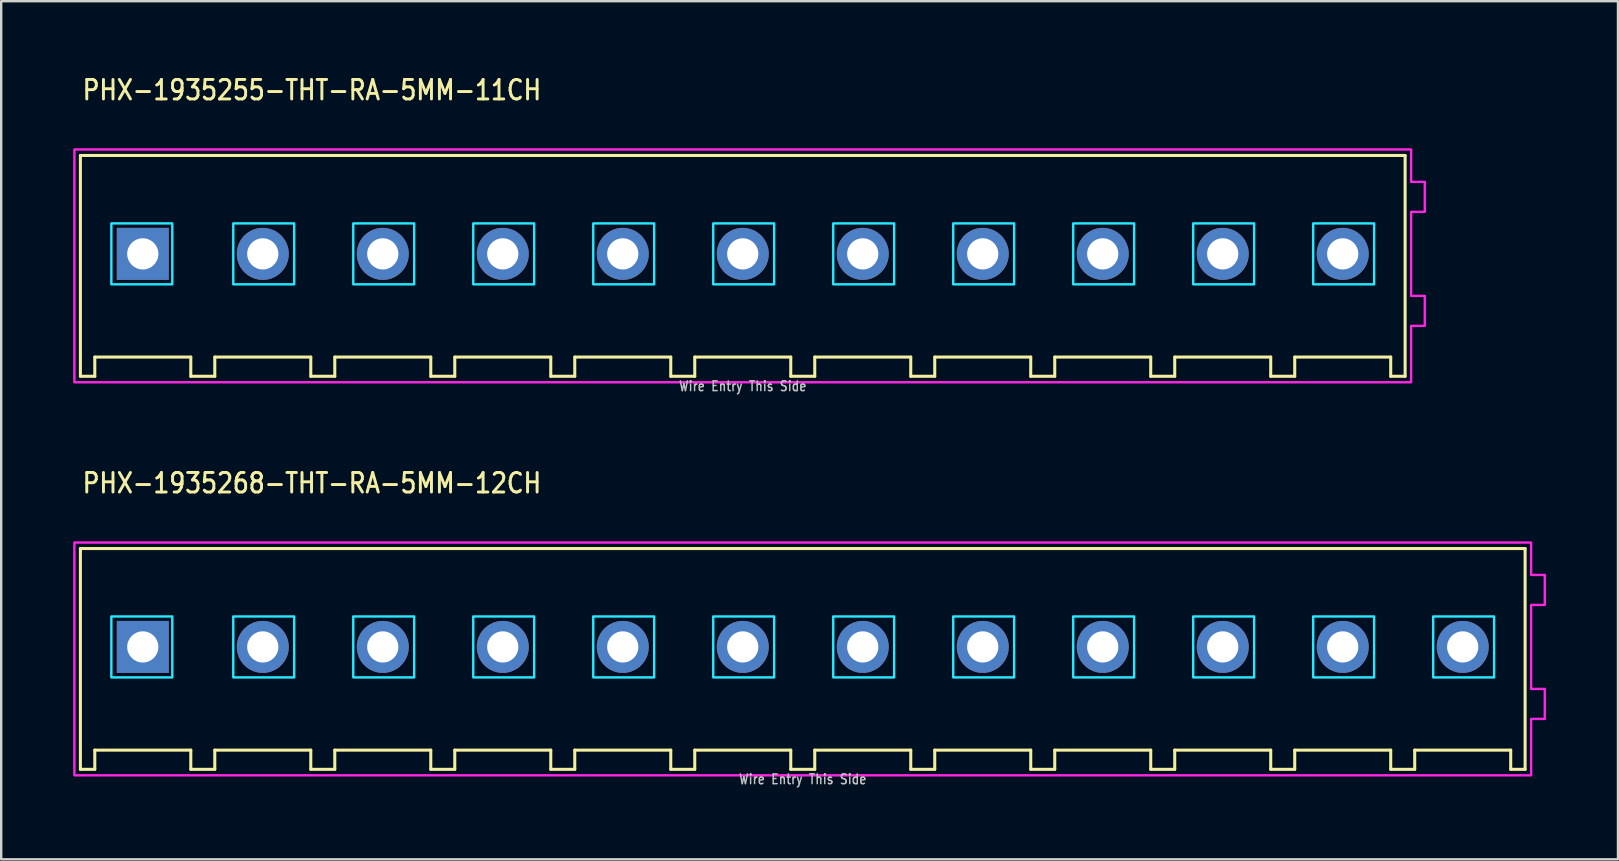
<source format=kicad_pcb>
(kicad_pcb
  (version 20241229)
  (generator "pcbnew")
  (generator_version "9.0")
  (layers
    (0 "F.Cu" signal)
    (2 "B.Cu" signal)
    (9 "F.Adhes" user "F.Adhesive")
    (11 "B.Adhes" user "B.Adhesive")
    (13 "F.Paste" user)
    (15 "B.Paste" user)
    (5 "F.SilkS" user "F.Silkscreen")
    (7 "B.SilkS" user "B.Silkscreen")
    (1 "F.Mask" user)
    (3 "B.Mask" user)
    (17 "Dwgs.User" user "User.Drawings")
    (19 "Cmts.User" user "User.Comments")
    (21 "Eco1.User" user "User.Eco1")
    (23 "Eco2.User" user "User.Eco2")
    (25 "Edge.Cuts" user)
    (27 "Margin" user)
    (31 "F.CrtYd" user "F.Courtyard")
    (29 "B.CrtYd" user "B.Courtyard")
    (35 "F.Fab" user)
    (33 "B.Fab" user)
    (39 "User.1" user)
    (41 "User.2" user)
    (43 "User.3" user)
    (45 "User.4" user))
  (footprint "PHX-1935255-THT-RA-5MM-11CH"
    (layer "F.Cu")
    (at 27.9 7.529)
    (property "Reference" "PHX-1935255-THT-RA-5MM-11CH" (at -27.58 -6.35 0) (unlocked yes) (layer "F.SilkS") (effects (font (size 0.813 0.695) (thickness 0.122)) (justify left bottom)))
    (fp_line (start -27.6 -4.1) (end -27.6 5.1) (stroke (width 0.127) (type solid)) (layer "F.SilkS"))
    (fp_line (start -27.6 5.1) (end -27 5.1) (stroke (width 0.127) (type solid)) (layer "F.SilkS"))
    (fp_line (start -27 4.3) (end -23 4.3) (stroke (width 0.127) (type solid)) (layer "F.SilkS"))
    (fp_line (start -27 5.1) (end -27 4.3) (stroke (width 0.127) (type solid)) (layer "F.SilkS"))
    (fp_line (start -23 4.3) (end -23 5.1) (stroke (width 0.127) (type solid)) (layer "F.SilkS"))
    (fp_line (start -23 5.1) (end -22 5.1) (stroke (width 0.127) (type solid)) (layer "F.SilkS"))
    (fp_line (start -22 4.3) (end -18 4.3) (stroke (width 0.127) (type solid)) (layer "F.SilkS"))
    (fp_line (start -22 5.1) (end -22 4.3) (stroke (width 0.127) (type solid)) (layer "F.SilkS"))
    (fp_line (start -18 4.3) (end -18 5.1) (stroke (width 0.127) (type solid)) (layer "F.SilkS"))
    (fp_line (start -18 5.1) (end -17 5.1) (stroke (width 0.127) (type solid)) (layer "F.SilkS"))
    (fp_line (start -17 4.3) (end -13 4.3) (stroke (width 0.127) (type solid)) (layer "F.SilkS"))
    (fp_line (start -17 5.1) (end -17 4.3) (stroke (width 0.127) (type solid)) (layer "F.SilkS"))
    (fp_line (start -13 4.3) (end -13 5.1) (stroke (width 0.127) (type solid)) (layer "F.SilkS"))
    (fp_line (start -13 5.1) (end -12 5.1) (stroke (width 0.127) (type solid)) (layer "F.SilkS"))
    (fp_line (start -12 4.3) (end -8 4.3) (stroke (width 0.127) (type solid)) (layer "F.SilkS"))
    (fp_line (start -12 5.1) (end -12 4.3) (stroke (width 0.127) (type solid)) (layer "F.SilkS"))
    (fp_line (start -8 4.3) (end -8 5.1) (stroke (width 0.127) (type solid)) (layer "F.SilkS"))
    (fp_line (start -8 5.1) (end -7 5.1) (stroke (width 0.127) (type solid)) (layer "F.SilkS"))
    (fp_line (start -7 4.3) (end -3 4.3) (stroke (width 0.127) (type solid)) (layer "F.SilkS"))
    (fp_line (start -7 5.1) (end -7 4.3) (stroke (width 0.127) (type solid)) (layer "F.SilkS"))
    (fp_line (start -3 4.3) (end -3 5.1) (stroke (width 0.127) (type solid)) (layer "F.SilkS"))
    (fp_line (start -3 5.1) (end -2 5.1) (stroke (width 0.127) (type solid)) (layer "F.SilkS"))
    (fp_line (start -2 4.3) (end 2 4.3) (stroke (width 0.127) (type solid)) (layer "F.SilkS"))
    (fp_line (start -2 5.1) (end -2 4.3) (stroke (width 0.127) (type solid)) (layer "F.SilkS"))
    (fp_line (start 2 4.3) (end 2 5.1) (stroke (width 0.127) (type solid)) (layer "F.SilkS"))
    (fp_line (start 2 5.1) (end 3 5.1) (stroke (width 0.127) (type solid)) (layer "F.SilkS"))
    (fp_line (start 3 4.3) (end 7 4.3) (stroke (width 0.127) (type solid)) (layer "F.SilkS"))
    (fp_line (start 3 5.1) (end 3 4.3) (stroke (width 0.127) (type solid)) (layer "F.SilkS"))
    (fp_line (start 7 4.3) (end 7 5.1) (stroke (width 0.127) (type solid)) (layer "F.SilkS"))
    (fp_line (start 7 5.1) (end 8 5.1) (stroke (width 0.127) (type solid)) (layer "F.SilkS"))
    (fp_line (start 8 4.3) (end 12 4.3) (stroke (width 0.127) (type solid)) (layer "F.SilkS"))
    (fp_line (start 8 5.1) (end 8 4.3) (stroke (width 0.127) (type solid)) (layer "F.SilkS"))
    (fp_line (start 12 4.3) (end 12 5.1) (stroke (width 0.127) (type solid)) (layer "F.SilkS"))
    (fp_line (start 12 5.1) (end 13 5.1) (stroke (width 0.127) (type solid)) (layer "F.SilkS"))
    (fp_line (start 13 4.3) (end 17 4.3) (stroke (width 0.127) (type solid)) (layer "F.SilkS"))
    (fp_line (start 13 5.1) (end 13 4.3) (stroke (width 0.127) (type solid)) (layer "F.SilkS"))
    (fp_line (start 17 4.3) (end 17 5.1) (stroke (width 0.127) (type solid)) (layer "F.SilkS"))
    (fp_line (start 17 5.1) (end 18 5.1) (stroke (width 0.127) (type solid)) (layer "F.SilkS"))
    (fp_line (start 18 4.3) (end 22 4.3) (stroke (width 0.127) (type solid)) (layer "F.SilkS"))
    (fp_line (start 18 5.1) (end 18 4.3) (stroke (width 0.127) (type solid)) (layer "F.SilkS"))
    (fp_line (start 22 4.3) (end 22 5.1) (stroke (width 0.127) (type solid)) (layer "F.SilkS"))
    (fp_line (start 22 5.1) (end 23 5.1) (stroke (width 0.127) (type solid)) (layer "F.SilkS"))
    (fp_line (start 23 4.3) (end 27 4.3) (stroke (width 0.127) (type solid)) (layer "F.SilkS"))
    (fp_line (start 23 5.1) (end 23 4.3) (stroke (width 0.127) (type solid)) (layer "F.SilkS"))
    (fp_line (start 27 4.3) (end 27 5.1) (stroke (width 0.127) (type solid)) (layer "F.SilkS"))
    (fp_line (start 27 5.1) (end 27.6 5.1) (stroke (width 0.127) (type solid)) (layer "F.SilkS"))
    (fp_line (start 27.6 -4.1) (end -27.6 -4.1) (stroke (width 0.127) (type solid)) (layer "F.SilkS"))
    (fp_line (start 27.6 5.1) (end 27.6 -4.1) (stroke (width 0.127) (type solid)) (layer "F.SilkS"))
    (fp_poly (pts (xy -26.31 -1.27) (xy -23.77 -1.27) (xy -23.77 1.27) (xy -26.31 1.27)) (stroke (width 0.1) (type solid)) (fill no) (layer "B.CrtYd"))
    (fp_poly (pts (xy -21.23 -1.27) (xy -18.69 -1.27) (xy -18.69 1.27) (xy -21.23 1.27)) (stroke (width 0.1) (type solid)) (fill no) (layer "B.CrtYd"))
    (fp_poly (pts (xy -16.23 -1.27) (xy -13.69 -1.27) (xy -13.69 1.27) (xy -16.23 1.27)) (stroke (width 0.1) (type solid)) (fill no) (layer "B.CrtYd"))
    (fp_poly (pts (xy -11.23 -1.27) (xy -8.69 -1.27) (xy -8.69 1.27) (xy -11.23 1.27)) (stroke (width 0.1) (type solid)) (fill no) (layer "B.CrtYd"))
    (fp_poly (pts (xy -6.23 -1.27) (xy -3.69 -1.27) (xy -3.69 1.27) (xy -6.23 1.27)) (stroke (width 0.1) (type solid)) (fill no) (layer "B.CrtYd"))
    (fp_poly (pts (xy -1.23 -1.27) (xy 1.31 -1.27) (xy 1.31 1.27) (xy -1.23 1.27)) (stroke (width 0.1) (type solid)) (fill no) (layer "B.CrtYd"))
    (fp_poly (pts (xy 3.77 -1.27) (xy 6.31 -1.27) (xy 6.31 1.27) (xy 3.77 1.27)) (stroke (width 0.1) (type solid)) (fill no) (layer "B.CrtYd"))
    (fp_poly (pts (xy 8.77 -1.27) (xy 11.31 -1.27) (xy 11.31 1.27) (xy 8.77 1.27)) (stroke (width 0.1) (type solid)) (fill no) (layer "B.CrtYd"))
    (fp_poly (pts (xy 13.77 -1.27) (xy 16.31 -1.27) (xy 16.31 1.27) (xy 13.77 1.27)) (stroke (width 0.1) (type solid)) (fill no) (layer "B.CrtYd"))
    (fp_poly (pts (xy 18.77 -1.27) (xy 21.31 -1.27) (xy 21.31 1.27) (xy 18.77 1.27)) (stroke (width 0.1) (type solid)) (fill no) (layer "B.CrtYd"))
    (fp_poly (pts (xy 23.77 -1.27) (xy 26.31 -1.27) (xy 26.31 1.27) (xy 23.77 1.27)) (stroke (width 0.1) (type solid)) (fill no) (layer "B.CrtYd"))
    (fp_poly (pts (xy -27.85 -4.35) (xy -27.85 5.35) (xy 27.85 5.35) (xy 27.85 3) (xy 28.42 3) (xy 28.42 1.75) (xy 27.85 1.75) (xy 27.85 -1.75) (xy 28.42 -1.75) (xy 28.42 -3) (xy 27.85 -3) (xy 27.85 -4.35)) (stroke (width 0.1) (type solid)) (fill no) (layer "F.CrtYd"))
    (fp_text user "Wire Entry This Side" (at 0 5.75 0) (unlocked yes) (layer "Dwgs.User") (effects (font (size 0.406 0.347) (thickness 0.061)) (justify bottom)))
    (pad "1" thru_hole rect (at -25 0) (size 2.167 2.167) (drill 1.3) (layers "*.Cu" "*.Mask"))
    (pad "2" thru_hole oval (at -20 0) (size 2.167 2.167) (drill 1.3) (layers "*.Cu" "*.Mask"))
    (pad "3" thru_hole oval (at -15 0) (size 2.167 2.167) (drill 1.3) (layers "*.Cu" "*.Mask"))
    (pad "4" thru_hole oval (at -10 0) (size 2.167 2.167) (drill 1.3) (layers "*.Cu" "*.Mask"))
    (pad "5" thru_hole oval (at -5 0) (size 2.167 2.167) (drill 1.3) (layers "*.Cu" "*.Mask"))
    (pad "6" thru_hole oval (at 0 0) (size 2.167 2.167) (drill 1.3) (layers "*.Cu" "*.Mask"))
    (pad "7" thru_hole oval (at 5 0) (size 2.167 2.167) (drill 1.3) (layers "*.Cu" "*.Mask"))
    (pad "8" thru_hole oval (at 10 0) (size 2.167 2.167) (drill 1.3) (layers "*.Cu" "*.Mask"))
    (pad "9" thru_hole oval (at 15 0) (size 2.167 2.167) (drill 1.3) (layers "*.Cu" "*.Mask"))
    (pad "10" thru_hole oval (at 20 0) (size 2.167 2.167) (drill 1.3) (layers "*.Cu" "*.Mask"))
    (pad "11" thru_hole oval (at 25 0) (size 2.167 2.167) (drill 1.3) (layers "*.Cu" "*.Mask")))
  (footprint "PHX-1935268-THT-RA-5MM-12CH"
    (layer "F.Cu")
    (at 30.4 23.907)
    (property "Reference" "PHX-1935268-THT-RA-5MM-12CH" (at -30.08 -6.35 0) (unlocked yes) (layer "F.SilkS") (effects (font (size 0.813 0.695) (thickness 0.122)) (justify left bottom)))
    (fp_line (start -30.1 -4.1) (end -30.1 5.1) (stroke (width 0.127) (type solid)) (layer "F.SilkS"))
    (fp_line (start -30.1 5.1) (end -29.5 5.1) (stroke (width 0.127) (type solid)) (layer "F.SilkS"))
    (fp_line (start -29.5 4.3) (end -25.5 4.3) (stroke (width 0.127) (type solid)) (layer "F.SilkS"))
    (fp_line (start -29.5 5.1) (end -29.5 4.3) (stroke (width 0.127) (type solid)) (layer "F.SilkS"))
    (fp_line (start -25.5 4.3) (end -25.5 5.1) (stroke (width 0.127) (type solid)) (layer "F.SilkS"))
    (fp_line (start -25.5 5.1) (end -24.5 5.1) (stroke (width 0.127) (type solid)) (layer "F.SilkS"))
    (fp_line (start -24.5 4.3) (end -20.5 4.3) (stroke (width 0.127) (type solid)) (layer "F.SilkS"))
    (fp_line (start -24.5 5.1) (end -24.5 4.3) (stroke (width 0.127) (type solid)) (layer "F.SilkS"))
    (fp_line (start -20.5 4.3) (end -20.5 5.1) (stroke (width 0.127) (type solid)) (layer "F.SilkS"))
    (fp_line (start -20.5 5.1) (end -19.5 5.1) (stroke (width 0.127) (type solid)) (layer "F.SilkS"))
    (fp_line (start -19.5 4.3) (end -15.5 4.3) (stroke (width 0.127) (type solid)) (layer "F.SilkS"))
    (fp_line (start -19.5 5.1) (end -19.5 4.3) (stroke (width 0.127) (type solid)) (layer "F.SilkS"))
    (fp_line (start -15.5 4.3) (end -15.5 5.1) (stroke (width 0.127) (type solid)) (layer "F.SilkS"))
    (fp_line (start -15.5 5.1) (end -14.5 5.1) (stroke (width 0.127) (type solid)) (layer "F.SilkS"))
    (fp_line (start -14.5 4.3) (end -10.5 4.3) (stroke (width 0.127) (type solid)) (layer "F.SilkS"))
    (fp_line (start -14.5 5.1) (end -14.5 4.3) (stroke (width 0.127) (type solid)) (layer "F.SilkS"))
    (fp_line (start -10.5 4.3) (end -10.5 5.1) (stroke (width 0.127) (type solid)) (layer "F.SilkS"))
    (fp_line (start -10.5 5.1) (end -9.5 5.1) (stroke (width 0.127) (type solid)) (layer "F.SilkS"))
    (fp_line (start -9.5 4.3) (end -5.5 4.3) (stroke (width 0.127) (type solid)) (layer "F.SilkS"))
    (fp_line (start -9.5 5.1) (end -9.5 4.3) (stroke (width 0.127) (type solid)) (layer "F.SilkS"))
    (fp_line (start -5.5 4.3) (end -5.5 5.1) (stroke (width 0.127) (type solid)) (layer "F.SilkS"))
    (fp_line (start -5.5 5.1) (end -4.5 5.1) (stroke (width 0.127) (type solid)) (layer "F.SilkS"))
    (fp_line (start -4.5 4.3) (end -0.5 4.3) (stroke (width 0.127) (type solid)) (layer "F.SilkS"))
    (fp_line (start -4.5 5.1) (end -4.5 4.3) (stroke (width 0.127) (type solid)) (layer "F.SilkS"))
    (fp_line (start -0.5 4.3) (end -0.5 5.1) (stroke (width 0.127) (type solid)) (layer "F.SilkS"))
    (fp_line (start -0.5 5.1) (end 0.5 5.1) (stroke (width 0.127) (type solid)) (layer "F.SilkS"))
    (fp_line (start 0.5 4.3) (end 4.5 4.3) (stroke (width 0.127) (type solid)) (layer "F.SilkS"))
    (fp_line (start 0.5 5.1) (end 0.5 4.3) (stroke (width 0.127) (type solid)) (layer "F.SilkS"))
    (fp_line (start 4.5 4.3) (end 4.5 5.1) (stroke (width 0.127) (type solid)) (layer "F.SilkS"))
    (fp_line (start 4.5 5.1) (end 5.5 5.1) (stroke (width 0.127) (type solid)) (layer "F.SilkS"))
    (fp_line (start 5.5 4.3) (end 9.5 4.3) (stroke (width 0.127) (type solid)) (layer "F.SilkS"))
    (fp_line (start 5.5 5.1) (end 5.5 4.3) (stroke (width 0.127) (type solid)) (layer "F.SilkS"))
    (fp_line (start 9.5 4.3) (end 9.5 5.1) (stroke (width 0.127) (type solid)) (layer "F.SilkS"))
    (fp_line (start 9.5 5.1) (end 10.5 5.1) (stroke (width 0.127) (type solid)) (layer "F.SilkS"))
    (fp_line (start 10.5 4.3) (end 14.5 4.3) (stroke (width 0.127) (type solid)) (layer "F.SilkS"))
    (fp_line (start 10.5 5.1) (end 10.5 4.3) (stroke (width 0.127) (type solid)) (layer "F.SilkS"))
    (fp_line (start 14.5 4.3) (end 14.5 5.1) (stroke (width 0.127) (type solid)) (layer "F.SilkS"))
    (fp_line (start 14.5 5.1) (end 15.5 5.1) (stroke (width 0.127) (type solid)) (layer "F.SilkS"))
    (fp_line (start 15.5 4.3) (end 19.5 4.3) (stroke (width 0.127) (type solid)) (layer "F.SilkS"))
    (fp_line (start 15.5 5.1) (end 15.5 4.3) (stroke (width 0.127) (type solid)) (layer "F.SilkS"))
    (fp_line (start 19.5 4.3) (end 19.5 5.1) (stroke (width 0.127) (type solid)) (layer "F.SilkS"))
    (fp_line (start 19.5 5.1) (end 20.5 5.1) (stroke (width 0.127) (type solid)) (layer "F.SilkS"))
    (fp_line (start 20.5 4.3) (end 24.5 4.3) (stroke (width 0.127) (type solid)) (layer "F.SilkS"))
    (fp_line (start 20.5 5.1) (end 20.5 4.3) (stroke (width 0.127) (type solid)) (layer "F.SilkS"))
    (fp_line (start 24.5 4.3) (end 24.5 5.1) (stroke (width 0.127) (type solid)) (layer "F.SilkS"))
    (fp_line (start 24.5 5.1) (end 25.5 5.1) (stroke (width 0.127) (type solid)) (layer "F.SilkS"))
    (fp_line (start 25.5 4.3) (end 29.5 4.3) (stroke (width 0.127) (type solid)) (layer "F.SilkS"))
    (fp_line (start 25.5 5.1) (end 25.5 4.3) (stroke (width 0.127) (type solid)) (layer "F.SilkS"))
    (fp_line (start 29.5 4.3) (end 29.5 5.1) (stroke (width 0.127) (type solid)) (layer "F.SilkS"))
    (fp_line (start 29.5 5.1) (end 30.1 5.1) (stroke (width 0.127) (type solid)) (layer "F.SilkS"))
    (fp_line (start 30.1 -4.1) (end -30.1 -4.1) (stroke (width 0.127) (type solid)) (layer "F.SilkS"))
    (fp_line (start 30.1 5.1) (end 30.1 -4.1) (stroke (width 0.127) (type solid)) (layer "F.SilkS"))
    (fp_poly (pts (xy -28.81 -1.27) (xy -26.27 -1.27) (xy -26.27 1.27) (xy -28.81 1.27)) (stroke (width 0.1) (type solid)) (fill no) (layer "B.CrtYd"))
    (fp_poly (pts (xy -23.73 -1.27) (xy -21.19 -1.27) (xy -21.19 1.27) (xy -23.73 1.27)) (stroke (width 0.1) (type solid)) (fill no) (layer "B.CrtYd"))
    (fp_poly (pts (xy -18.73 -1.27) (xy -16.19 -1.27) (xy -16.19 1.27) (xy -18.73 1.27)) (stroke (width 0.1) (type solid)) (fill no) (layer "B.CrtYd"))
    (fp_poly (pts (xy -13.73 -1.27) (xy -11.19 -1.27) (xy -11.19 1.27) (xy -13.73 1.27)) (stroke (width 0.1) (type solid)) (fill no) (layer "B.CrtYd"))
    (fp_poly (pts (xy -8.73 -1.27) (xy -6.19 -1.27) (xy -6.19 1.27) (xy -8.73 1.27)) (stroke (width 0.1) (type solid)) (fill no) (layer "B.CrtYd"))
    (fp_poly (pts (xy -3.73 -1.27) (xy -1.19 -1.27) (xy -1.19 1.27) (xy -3.73 1.27)) (stroke (width 0.1) (type solid)) (fill no) (layer "B.CrtYd"))
    (fp_poly (pts (xy 1.27 -1.27) (xy 3.81 -1.27) (xy 3.81 1.27) (xy 1.27 1.27)) (stroke (width 0.1) (type solid)) (fill no) (layer "B.CrtYd"))
    (fp_poly (pts (xy 6.27 -1.27) (xy 8.81 -1.27) (xy 8.81 1.27) (xy 6.27 1.27)) (stroke (width 0.1) (type solid)) (fill no) (layer "B.CrtYd"))
    (fp_poly (pts (xy 11.27 -1.27) (xy 13.81 -1.27) (xy 13.81 1.27) (xy 11.27 1.27)) (stroke (width 0.1) (type solid)) (fill no) (layer "B.CrtYd"))
    (fp_poly (pts (xy 16.27 -1.27) (xy 18.81 -1.27) (xy 18.81 1.27) (xy 16.27 1.27)) (stroke (width 0.1) (type solid)) (fill no) (layer "B.CrtYd"))
    (fp_poly (pts (xy 21.27 -1.27) (xy 23.81 -1.27) (xy 23.81 1.27) (xy 21.27 1.27)) (stroke (width 0.1) (type solid)) (fill no) (layer "B.CrtYd"))
    (fp_poly (pts (xy 26.27 -1.27) (xy 28.81 -1.27) (xy 28.81 1.27) (xy 26.27 1.27)) (stroke (width 0.1) (type solid)) (fill no) (layer "B.CrtYd"))
    (fp_poly (pts (xy -30.35 -4.35) (xy -30.35 5.35) (xy 30.35 5.35) (xy 30.35 3) (xy 30.92 3) (xy 30.92 1.75) (xy 30.35 1.75) (xy 30.35 -1.75) (xy 30.92 -1.75) (xy 30.92 -3) (xy 30.35 -3) (xy 30.35 -4.35)) (stroke (width 0.1) (type solid)) (fill no) (layer "F.CrtYd"))
    (fp_text user "Wire Entry This Side" (at 0 5.75 0) (unlocked yes) (layer "Dwgs.User") (effects (font (size 0.406 0.347) (thickness 0.061)) (justify bottom)))
    (pad "1" thru_hole rect (at -27.5 0) (size 2.167 2.167) (drill 1.3) (layers "*.Cu" "*.Mask"))
    (pad "2" thru_hole oval (at -22.5 0) (size 2.167 2.167) (drill 1.3) (layers "*.Cu" "*.Mask"))
    (pad "3" thru_hole oval (at -17.5 0) (size 2.167 2.167) (drill 1.3) (layers "*.Cu" "*.Mask"))
    (pad "4" thru_hole oval (at -12.5 0) (size 2.167 2.167) (drill 1.3) (layers "*.Cu" "*.Mask"))
    (pad "5" thru_hole oval (at -7.5 0) (size 2.167 2.167) (drill 1.3) (layers "*.Cu" "*.Mask"))
    (pad "6" thru_hole oval (at -2.5 0) (size 2.167 2.167) (drill 1.3) (layers "*.Cu" "*.Mask"))
    (pad "7" thru_hole oval (at 2.5 0) (size 2.167 2.167) (drill 1.3) (layers "*.Cu" "*.Mask"))
    (pad "8" thru_hole oval (at 7.5 0) (size 2.167 2.167) (drill 1.3) (layers "*.Cu" "*.Mask"))
    (pad "9" thru_hole oval (at 12.5 0) (size 2.167 2.167) (drill 1.3) (layers "*.Cu" "*.Mask"))
    (pad "10" thru_hole oval (at 17.5 0) (size 2.167 2.167) (drill 1.3) (layers "*.Cu" "*.Mask"))
    (pad "11" thru_hole oval (at 22.5 0) (size 2.167 2.167) (drill 1.3) (layers "*.Cu" "*.Mask"))
    (pad "12" thru_hole oval (at 27.5 0) (size 2.167 2.167) (drill 1.3) (layers "*.Cu" "*.Mask")))
  (gr_rect
    (start -3 -3)
    (end 64.37 32.757)
    (stroke (width 0.1) (type default))
    (fill no)
    (layer "Edge.Cuts")))
</source>
